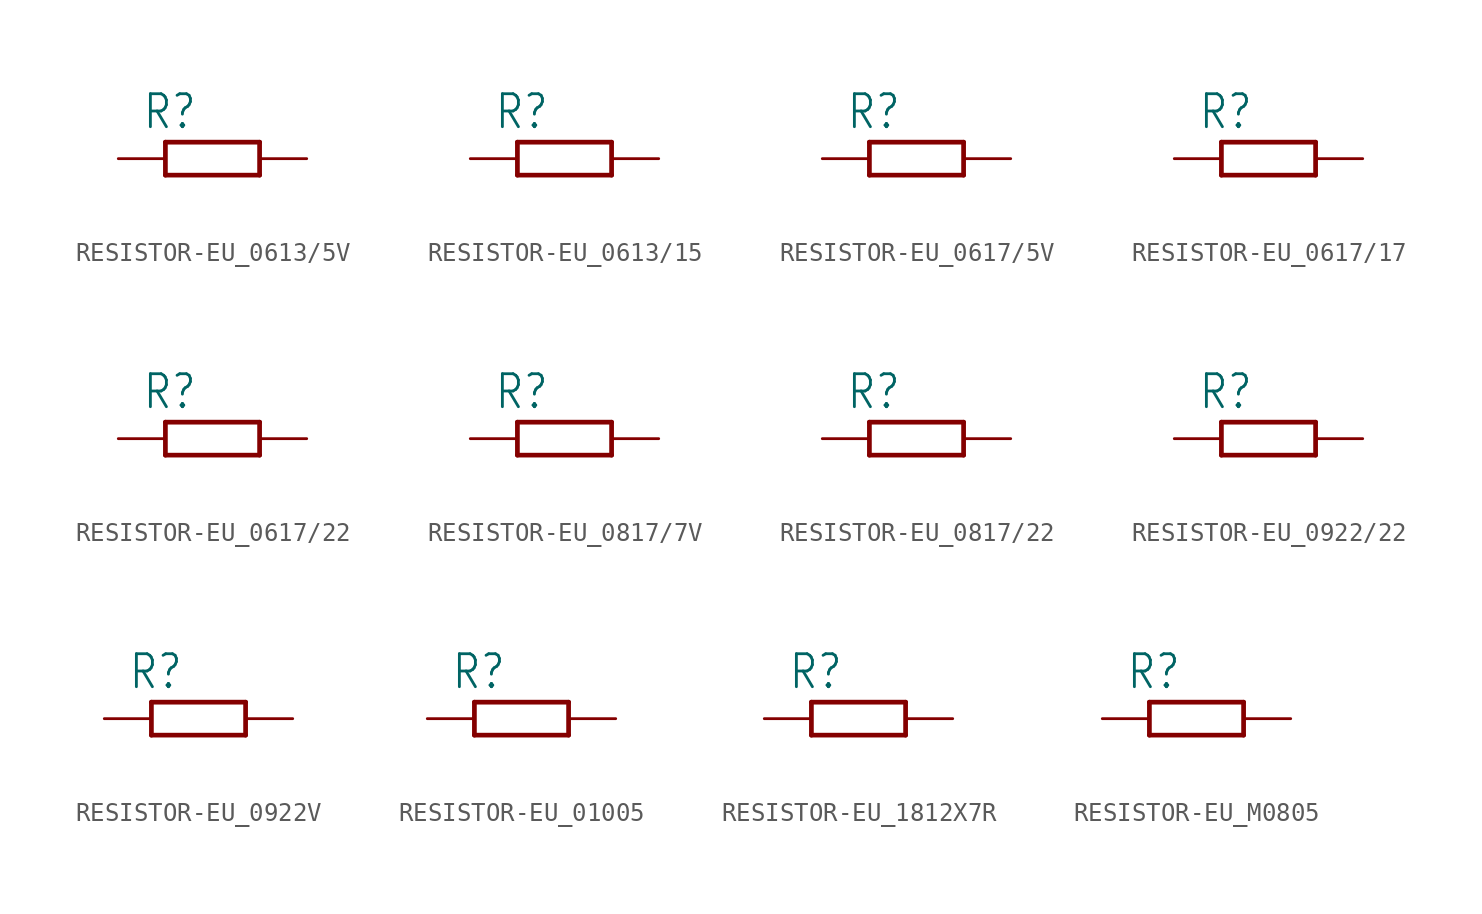
<source format=kicad_sym>
(kicad_symbol_lib
  (version 20231120)
  (generator "kicad_symbol_editor")
  (generator_version "8.0")
  (symbol "RESISTOR-EU_0613/5V"
    (property "Reference" "R"
      (at -3.81 1.499 0)
      (effects (font (size 1.778 1.511)) (justify left bottom)))
    (property "Value" ""
      (at -3.81 -3.302 0)
      (effects (font (size 1.778 1.511)) (justify left bottom)))
    (property "ki_locked" ""
      (at 0 0 0)
      (effects (font (size 1.27 1.27))))
    (symbol "RESISTOR-EU_0613/5V_1_0"
      (polyline (pts (xy -2.54 -0.889) (xy -2.54 0.889)) (stroke (width 0.254) (type solid)) (fill (type none)))
      (polyline (pts (xy -2.54 -0.889) (xy 2.54 -0.889)) (stroke (width 0.254) (type solid)) (fill (type none)))
      (polyline (pts (xy 2.54 -0.889) (xy 2.54 0.889)) (stroke (width 0.254) (type solid)) (fill (type none)))
      (polyline (pts (xy 2.54 0.889) (xy -2.54 0.889)) (stroke (width 0.254) (type solid)) (fill (type none)))
      (pin passive line (at -5.08 0 0) (length 2.54) (name "1" (effects (font (size 0 0)))) (number "1" (effects (font (size 0 0)))))
      (pin passive line (at 5.08 0 180) (length 2.54) (name "2" (effects (font (size 0 0)))) (number "2" (effects (font (size 0 0)))))))
  (symbol "RESISTOR-EU_0613/15"
    (property "Reference" "R"
      (at -3.81 1.499 0)
      (effects (font (size 1.778 1.511)) (justify left bottom)))
    (property "Value" ""
      (at -3.81 -3.302 0)
      (effects (font (size 1.778 1.511)) (justify left bottom)))
    (property "ki_locked" ""
      (at 0 0 0)
      (effects (font (size 1.27 1.27))))
    (symbol "RESISTOR-EU_0613/15_1_0"
      (polyline (pts (xy -2.54 -0.889) (xy -2.54 0.889)) (stroke (width 0.254) (type solid)) (fill (type none)))
      (polyline (pts (xy -2.54 -0.889) (xy 2.54 -0.889)) (stroke (width 0.254) (type solid)) (fill (type none)))
      (polyline (pts (xy 2.54 -0.889) (xy 2.54 0.889)) (stroke (width 0.254) (type solid)) (fill (type none)))
      (polyline (pts (xy 2.54 0.889) (xy -2.54 0.889)) (stroke (width 0.254) (type solid)) (fill (type none)))
      (pin passive line (at -5.08 0 0) (length 2.54) (name "1" (effects (font (size 0 0)))) (number "1" (effects (font (size 0 0)))))
      (pin passive line (at 5.08 0 180) (length 2.54) (name "2" (effects (font (size 0 0)))) (number "2" (effects (font (size 0 0)))))))
  (symbol "RESISTOR-EU_0617/5V"
    (property "Reference" "R"
      (at -3.81 1.499 0)
      (effects (font (size 1.778 1.511)) (justify left bottom)))
    (property "Value" ""
      (at -3.81 -3.302 0)
      (effects (font (size 1.778 1.511)) (justify left bottom)))
    (property "ki_locked" ""
      (at 0 0 0)
      (effects (font (size 1.27 1.27))))
    (symbol "RESISTOR-EU_0617/5V_1_0"
      (polyline (pts (xy -2.54 -0.889) (xy -2.54 0.889)) (stroke (width 0.254) (type solid)) (fill (type none)))
      (polyline (pts (xy -2.54 -0.889) (xy 2.54 -0.889)) (stroke (width 0.254) (type solid)) (fill (type none)))
      (polyline (pts (xy 2.54 -0.889) (xy 2.54 0.889)) (stroke (width 0.254) (type solid)) (fill (type none)))
      (polyline (pts (xy 2.54 0.889) (xy -2.54 0.889)) (stroke (width 0.254) (type solid)) (fill (type none)))
      (pin passive line (at -5.08 0 0) (length 2.54) (name "1" (effects (font (size 0 0)))) (number "1" (effects (font (size 0 0)))))
      (pin passive line (at 5.08 0 180) (length 2.54) (name "2" (effects (font (size 0 0)))) (number "2" (effects (font (size 0 0)))))))
  (symbol "RESISTOR-EU_0617/17"
    (property "Reference" "R"
      (at -3.81 1.499 0)
      (effects (font (size 1.778 1.511)) (justify left bottom)))
    (property "Value" ""
      (at -3.81 -3.302 0)
      (effects (font (size 1.778 1.511)) (justify left bottom)))
    (property "ki_locked" ""
      (at 0 0 0)
      (effects (font (size 1.27 1.27))))
    (symbol "RESISTOR-EU_0617/17_1_0"
      (polyline (pts (xy -2.54 -0.889) (xy -2.54 0.889)) (stroke (width 0.254) (type solid)) (fill (type none)))
      (polyline (pts (xy -2.54 -0.889) (xy 2.54 -0.889)) (stroke (width 0.254) (type solid)) (fill (type none)))
      (polyline (pts (xy 2.54 -0.889) (xy 2.54 0.889)) (stroke (width 0.254) (type solid)) (fill (type none)))
      (polyline (pts (xy 2.54 0.889) (xy -2.54 0.889)) (stroke (width 0.254) (type solid)) (fill (type none)))
      (pin passive line (at -5.08 0 0) (length 2.54) (name "1" (effects (font (size 0 0)))) (number "1" (effects (font (size 0 0)))))
      (pin passive line (at 5.08 0 180) (length 2.54) (name "2" (effects (font (size 0 0)))) (number "2" (effects (font (size 0 0)))))))
  (symbol "RESISTOR-EU_0617/22"
    (property "Reference" "R"
      (at -3.81 1.499 0)
      (effects (font (size 1.778 1.511)) (justify left bottom)))
    (property "Value" ""
      (at -3.81 -3.302 0)
      (effects (font (size 1.778 1.511)) (justify left bottom)))
    (property "ki_locked" ""
      (at 0 0 0)
      (effects (font (size 1.27 1.27))))
    (symbol "RESISTOR-EU_0617/22_1_0"
      (polyline (pts (xy -2.54 -0.889) (xy -2.54 0.889)) (stroke (width 0.254) (type solid)) (fill (type none)))
      (polyline (pts (xy -2.54 -0.889) (xy 2.54 -0.889)) (stroke (width 0.254) (type solid)) (fill (type none)))
      (polyline (pts (xy 2.54 -0.889) (xy 2.54 0.889)) (stroke (width 0.254) (type solid)) (fill (type none)))
      (polyline (pts (xy 2.54 0.889) (xy -2.54 0.889)) (stroke (width 0.254) (type solid)) (fill (type none)))
      (pin passive line (at -5.08 0 0) (length 2.54) (name "1" (effects (font (size 0 0)))) (number "1" (effects (font (size 0 0)))))
      (pin passive line (at 5.08 0 180) (length 2.54) (name "2" (effects (font (size 0 0)))) (number "2" (effects (font (size 0 0)))))))
  (symbol "RESISTOR-EU_0817/7V"
    (property "Reference" "R"
      (at -3.81 1.499 0)
      (effects (font (size 1.778 1.511)) (justify left bottom)))
    (property "Value" ""
      (at -3.81 -3.302 0)
      (effects (font (size 1.778 1.511)) (justify left bottom)))
    (property "ki_locked" ""
      (at 0 0 0)
      (effects (font (size 1.27 1.27))))
    (symbol "RESISTOR-EU_0817/7V_1_0"
      (polyline (pts (xy -2.54 -0.889) (xy -2.54 0.889)) (stroke (width 0.254) (type solid)) (fill (type none)))
      (polyline (pts (xy -2.54 -0.889) (xy 2.54 -0.889)) (stroke (width 0.254) (type solid)) (fill (type none)))
      (polyline (pts (xy 2.54 -0.889) (xy 2.54 0.889)) (stroke (width 0.254) (type solid)) (fill (type none)))
      (polyline (pts (xy 2.54 0.889) (xy -2.54 0.889)) (stroke (width 0.254) (type solid)) (fill (type none)))
      (pin passive line (at -5.08 0 0) (length 2.54) (name "1" (effects (font (size 0 0)))) (number "1" (effects (font (size 0 0)))))
      (pin passive line (at 5.08 0 180) (length 2.54) (name "2" (effects (font (size 0 0)))) (number "2" (effects (font (size 0 0)))))))
  (symbol "RESISTOR-EU_0817/22"
    (property "Reference" "R"
      (at -3.81 1.499 0)
      (effects (font (size 1.778 1.511)) (justify left bottom)))
    (property "Value" ""
      (at -3.81 -3.302 0)
      (effects (font (size 1.778 1.511)) (justify left bottom)))
    (property "ki_locked" ""
      (at 0 0 0)
      (effects (font (size 1.27 1.27))))
    (symbol "RESISTOR-EU_0817/22_1_0"
      (polyline (pts (xy -2.54 -0.889) (xy -2.54 0.889)) (stroke (width 0.254) (type solid)) (fill (type none)))
      (polyline (pts (xy -2.54 -0.889) (xy 2.54 -0.889)) (stroke (width 0.254) (type solid)) (fill (type none)))
      (polyline (pts (xy 2.54 -0.889) (xy 2.54 0.889)) (stroke (width 0.254) (type solid)) (fill (type none)))
      (polyline (pts (xy 2.54 0.889) (xy -2.54 0.889)) (stroke (width 0.254) (type solid)) (fill (type none)))
      (pin passive line (at -5.08 0 0) (length 2.54) (name "1" (effects (font (size 0 0)))) (number "1" (effects (font (size 0 0)))))
      (pin passive line (at 5.08 0 180) (length 2.54) (name "2" (effects (font (size 0 0)))) (number "2" (effects (font (size 0 0)))))))
  (symbol "RESISTOR-EU_0922/22"
    (property "Reference" "R"
      (at -3.81 1.499 0)
      (effects (font (size 1.778 1.511)) (justify left bottom)))
    (property "Value" ""
      (at -3.81 -3.302 0)
      (effects (font (size 1.778 1.511)) (justify left bottom)))
    (property "ki_locked" ""
      (at 0 0 0)
      (effects (font (size 1.27 1.27))))
    (symbol "RESISTOR-EU_0922/22_1_0"
      (polyline (pts (xy -2.54 -0.889) (xy -2.54 0.889)) (stroke (width 0.254) (type solid)) (fill (type none)))
      (polyline (pts (xy -2.54 -0.889) (xy 2.54 -0.889)) (stroke (width 0.254) (type solid)) (fill (type none)))
      (polyline (pts (xy 2.54 -0.889) (xy 2.54 0.889)) (stroke (width 0.254) (type solid)) (fill (type none)))
      (polyline (pts (xy 2.54 0.889) (xy -2.54 0.889)) (stroke (width 0.254) (type solid)) (fill (type none)))
      (pin passive line (at -5.08 0 0) (length 2.54) (name "1" (effects (font (size 0 0)))) (number "1" (effects (font (size 0 0)))))
      (pin passive line (at 5.08 0 180) (length 2.54) (name "2" (effects (font (size 0 0)))) (number "2" (effects (font (size 0 0)))))))
  (symbol "RESISTOR-EU_0922V"
    (property "Reference" "R"
      (at -3.81 1.499 0)
      (effects (font (size 1.778 1.511)) (justify left bottom)))
    (property "Value" ""
      (at -3.81 -3.302 0)
      (effects (font (size 1.778 1.511)) (justify left bottom)))
    (property "ki_locked" ""
      (at 0 0 0)
      (effects (font (size 1.27 1.27))))
    (symbol "RESISTOR-EU_0922V_1_0"
      (polyline (pts (xy -2.54 -0.889) (xy -2.54 0.889)) (stroke (width 0.254) (type solid)) (fill (type none)))
      (polyline (pts (xy -2.54 -0.889) (xy 2.54 -0.889)) (stroke (width 0.254) (type solid)) (fill (type none)))
      (polyline (pts (xy 2.54 -0.889) (xy 2.54 0.889)) (stroke (width 0.254) (type solid)) (fill (type none)))
      (polyline (pts (xy 2.54 0.889) (xy -2.54 0.889)) (stroke (width 0.254) (type solid)) (fill (type none)))
      (pin passive line (at -5.08 0 0) (length 2.54) (name "1" (effects (font (size 0 0)))) (number "1" (effects (font (size 0 0)))))
      (pin passive line (at 5.08 0 180) (length 2.54) (name "2" (effects (font (size 0 0)))) (number "2" (effects (font (size 0 0)))))))
  (symbol "RESISTOR-EU_01005"
    (property "Reference" "R"
      (at -3.81 1.499 0)
      (effects (font (size 1.778 1.511)) (justify left bottom)))
    (property "Value" ""
      (at -3.81 -3.302 0)
      (effects (font (size 1.778 1.511)) (justify left bottom)))
    (property "ki_locked" ""
      (at 0 0 0)
      (effects (font (size 1.27 1.27))))
    (symbol "RESISTOR-EU_01005_1_0"
      (polyline (pts (xy -2.54 -0.889) (xy -2.54 0.889)) (stroke (width 0.254) (type solid)) (fill (type none)))
      (polyline (pts (xy -2.54 -0.889) (xy 2.54 -0.889)) (stroke (width 0.254) (type solid)) (fill (type none)))
      (polyline (pts (xy 2.54 -0.889) (xy 2.54 0.889)) (stroke (width 0.254) (type solid)) (fill (type none)))
      (polyline (pts (xy 2.54 0.889) (xy -2.54 0.889)) (stroke (width 0.254) (type solid)) (fill (type none)))
      (pin passive line (at -5.08 0 0) (length 2.54) (name "1" (effects (font (size 0 0)))) (number "1" (effects (font (size 0 0)))))
      (pin passive line (at 5.08 0 180) (length 2.54) (name "2" (effects (font (size 0 0)))) (number "2" (effects (font (size 0 0)))))))
  (symbol "RESISTOR-EU_1812X7R"
    (property "Reference" "R"
      (at -3.81 1.499 0)
      (effects (font (size 1.778 1.511)) (justify left bottom)))
    (property "Value" ""
      (at -3.81 -3.302 0)
      (effects (font (size 1.778 1.511)) (justify left bottom)))
    (property "ki_locked" ""
      (at 0 0 0)
      (effects (font (size 1.27 1.27))))
    (symbol "RESISTOR-EU_1812X7R_1_0"
      (polyline (pts (xy -2.54 -0.889) (xy -2.54 0.889)) (stroke (width 0.254) (type solid)) (fill (type none)))
      (polyline (pts (xy -2.54 -0.889) (xy 2.54 -0.889)) (stroke (width 0.254) (type solid)) (fill (type none)))
      (polyline (pts (xy 2.54 -0.889) (xy 2.54 0.889)) (stroke (width 0.254) (type solid)) (fill (type none)))
      (polyline (pts (xy 2.54 0.889) (xy -2.54 0.889)) (stroke (width 0.254) (type solid)) (fill (type none)))
      (pin passive line (at -5.08 0 0) (length 2.54) (name "1" (effects (font (size 0 0)))) (number "1" (effects (font (size 0 0)))))
      (pin passive line (at 5.08 0 180) (length 2.54) (name "2" (effects (font (size 0 0)))) (number "2" (effects (font (size 0 0)))))))
  (symbol "RESISTOR-EU_M0805"
    (property "Reference" "R"
      (at -3.81 1.499 0)
      (effects (font (size 1.778 1.511)) (justify left bottom)))
    (property "Value" ""
      (at -3.81 -3.302 0)
      (effects (font (size 1.778 1.511)) (justify left bottom)))
    (property "ki_locked" ""
      (at 0 0 0)
      (effects (font (size 1.27 1.27))))
    (symbol "RESISTOR-EU_M0805_1_0"
      (polyline (pts (xy -2.54 -0.889) (xy -2.54 0.889)) (stroke (width 0.254) (type solid)) (fill (type none)))
      (polyline (pts (xy -2.54 -0.889) (xy 2.54 -0.889)) (stroke (width 0.254) (type solid)) (fill (type none)))
      (polyline (pts (xy 2.54 -0.889) (xy 2.54 0.889)) (stroke (width 0.254) (type solid)) (fill (type none)))
      (polyline (pts (xy 2.54 0.889) (xy -2.54 0.889)) (stroke (width 0.254) (type solid)) (fill (type none)))
      (pin passive line (at -5.08 0 0) (length 2.54) (name "1" (effects (font (size 0 0)))) (number "1" (effects (font (size 0 0)))))
      (pin passive line (at 5.08 0 180) (length 2.54) (name "2" (effects (font (size 0 0)))) (number "2" (effects (font (size 0 0))))))))
</source>
